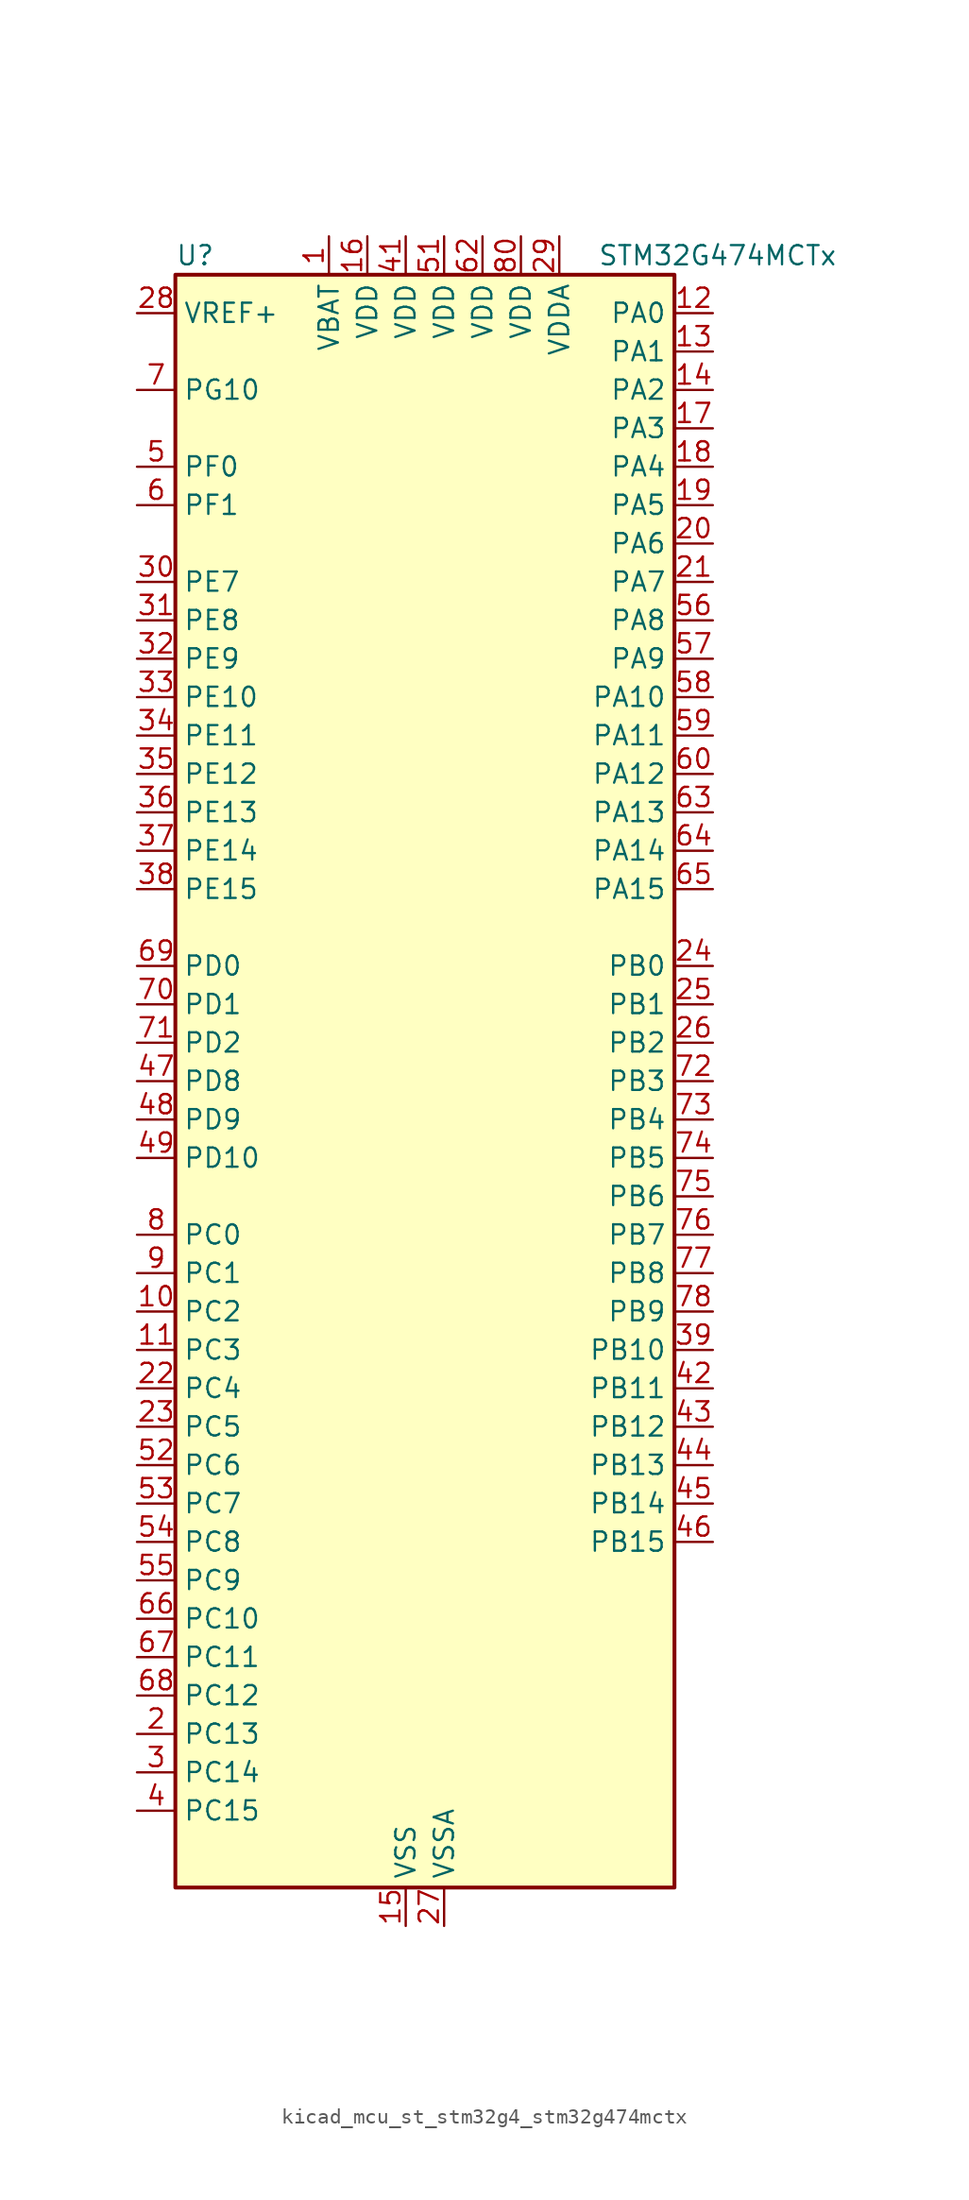
<source format=kicad_sym>
(kicad_symbol_lib
  (version 20220914)
  (generator kicad_symbol_editor)
  (symbol "kicad_mcu_st_stm32g4_stm32g474mctx"
    (property "Reference" "U"
      (at -15.24 54.61 0)
      (effects (font (size 1.27 1.27)) (justify left)))
    (property "Value" "STM32G474MCTx"
      (at 12.7 54.61 0)
      (effects (font (size 1.27 1.27)) (justify left)))
    (property "ki_locked" ""
      (at 0 0 0)
      (effects (font (size 1.27 1.27))))
    (symbol "kicad_mcu_st_stm32g4_stm32g474mctx_0_1"
      (rectangle (start -15.24 -53.34) (end 17.78 53.34) (stroke (width 0.254) (type default)) (fill (type background))))
    (symbol "kicad_mcu_st_stm32g4_stm32g474mctx_1_1"
      (pin power_in line (at -5.08 55.88 270) (length 2.54) (name "VBAT" (effects (font (size 1.27 1.27)))) (number "1" (effects (font (size 1.27 1.27)))))
      (pin bidirectional line (at -17.78 -15.24 0) (length 2.54) (name "PC2" (effects (font (size 1.27 1.27)))) (number "10" (effects (font (size 1.27 1.27)))) (alternate "ADC1_IN8" bidirectional line) (alternate "ADC2_IN8" bidirectional line) (alternate "ADC3_EXTI2" bidirectional line) (alternate "ADC4_EXTI2" bidirectional line) (alternate "ADC5_EXTI2" bidirectional line) (alternate "COMP3_OUT" bidirectional line) (alternate "LPTIM1_IN2" bidirectional line) (alternate "QUADSPI1_BK2_IO1" bidirectional line) (alternate "TIM1_CH3" bidirectional line) (alternate "TIM20_CH2" bidirectional line))
      (pin bidirectional line (at -17.78 -17.78 0) (length 2.54) (name "PC3" (effects (font (size 1.27 1.27)))) (number "11" (effects (font (size 1.27 1.27)))) (alternate "ADC1_IN9" bidirectional line) (alternate "ADC2_IN9" bidirectional line) (alternate "ADC3_EXTI3" bidirectional line) (alternate "ADC4_EXTI3" bidirectional line) (alternate "ADC5_EXTI3" bidirectional line) (alternate "LPTIM1_ETR" bidirectional line) (alternate "OPAMP5_VINP" bidirectional line) (alternate "OPAMP5_VINP_SEC" bidirectional line) (alternate "QUADSPI1_BK2_IO2" bidirectional line) (alternate "SAI1_D1" bidirectional line) (alternate "SAI1_SD_A" bidirectional line) (alternate "TIM1_BKIN2" bidirectional line) (alternate "TIM1_CH4" bidirectional line))
      (pin bidirectional line (at 20.32 50.8 180) (length 2.54) (name "PA0" (effects (font (size 1.27 1.27)))) (number "12" (effects (font (size 1.27 1.27)))) (alternate "ADC1_IN1" bidirectional line) (alternate "ADC2_IN1" bidirectional line) (alternate "COMP1_INM" bidirectional line) (alternate "COMP1_OUT" bidirectional line) (alternate "COMP3_INP" bidirectional line) (alternate "RTC_TAMP2" bidirectional line) (alternate "SYS_WKUP1" bidirectional line) (alternate "TIM2_CH1" bidirectional line) (alternate "TIM2_ETR" bidirectional line) (alternate "TIM5_CH1" bidirectional line) (alternate "TIM8_BKIN" bidirectional line) (alternate "TIM8_ETR" bidirectional line) (alternate "USART2_CTS" bidirectional line) (alternate "USART2_NSS" bidirectional line))
      (pin bidirectional line (at 20.32 48.26 180) (length 2.54) (name "PA1" (effects (font (size 1.27 1.27)))) (number "13" (effects (font (size 1.27 1.27)))) (alternate "ADC1_IN2" bidirectional line) (alternate "ADC2_IN2" bidirectional line) (alternate "COMP1_INP" bidirectional line) (alternate "OPAMP1_VINP" bidirectional line) (alternate "OPAMP1_VINP_SEC" bidirectional line) (alternate "OPAMP3_VINP" bidirectional line) (alternate "OPAMP3_VINP_SEC" bidirectional line) (alternate "OPAMP6_VINM" bidirectional line) (alternate "OPAMP6_VINM0" bidirectional line) (alternate "OPAMP6_VINM_SEC" bidirectional line) (alternate "RTC_REFIN" bidirectional line) (alternate "TIM15_CH1N" bidirectional line) (alternate "TIM2_CH2" bidirectional line) (alternate "TIM5_CH2" bidirectional line) (alternate "USART2_DE" bidirectional line) (alternate "USART2_RTS" bidirectional line))
      (pin bidirectional line (at 20.32 45.72 180) (length 2.54) (name "PA2" (effects (font (size 1.27 1.27)))) (number "14" (effects (font (size 1.27 1.27)))) (alternate "ADC1_IN3" bidirectional line) (alternate "ADC3_EXTI2" bidirectional line) (alternate "ADC4_EXTI2" bidirectional line) (alternate "ADC5_EXTI2" bidirectional line) (alternate "COMP2_INM" bidirectional line) (alternate "COMP2_OUT" bidirectional line) (alternate "LPUART1_TX" bidirectional line) (alternate "OPAMP1_VOUT" bidirectional line) (alternate "QUADSPI1_BK1_NCS" bidirectional line) (alternate "RCC_LSCO" bidirectional line) (alternate "SYS_WKUP4" bidirectional line) (alternate "TIM15_CH1" bidirectional line) (alternate "TIM2_CH3" bidirectional line) (alternate "TIM5_CH3" bidirectional line) (alternate "UCPD1_FRSTX1" bidirectional line) (alternate "UCPD1_FRSTX2" bidirectional line) (alternate "USART2_TX" bidirectional line))
      (pin power_in line (at 0 -55.88 90) (length 2.54) (name "VSS" (effects (font (size 1.27 1.27)))) (number "15" (effects (font (size 1.27 1.27)))))
      (pin power_in line (at -2.54 55.88 270) (length 2.54) (name "VDD" (effects (font (size 1.27 1.27)))) (number "16" (effects (font (size 1.27 1.27)))))
      (pin bidirectional line (at 20.32 43.18 180) (length 2.54) (name "PA3" (effects (font (size 1.27 1.27)))) (number "17" (effects (font (size 1.27 1.27)))) (alternate "ADC1_IN4" bidirectional line) (alternate "ADC3_EXTI3" bidirectional line) (alternate "ADC4_EXTI3" bidirectional line) (alternate "ADC5_EXTI3" bidirectional line) (alternate "COMP2_INP" bidirectional line) (alternate "LPUART1_RX" bidirectional line) (alternate "OPAMP1_VINM" bidirectional line) (alternate "OPAMP1_VINM0" bidirectional line) (alternate "OPAMP1_VINM_SEC" bidirectional line) (alternate "OPAMP1_VINP" bidirectional line) (alternate "OPAMP1_VINP_SEC" bidirectional line) (alternate "OPAMP5_VINM" bidirectional line) (alternate "OPAMP5_VINM1" bidirectional line) (alternate "OPAMP5_VINM_SEC" bidirectional line) (alternate "QUADSPI1_CLK" bidirectional line) (alternate "SAI1_CK1" bidirectional line) (alternate "SAI1_MCLK_A" bidirectional line) (alternate "TIM15_CH2" bidirectional line) (alternate "TIM2_CH4" bidirectional line) (alternate "TIM5_CH4" bidirectional line) (alternate "USART2_RX" bidirectional line))
      (pin bidirectional line (at 20.32 40.64 180) (length 2.54) (name "PA4" (effects (font (size 1.27 1.27)))) (number "18" (effects (font (size 1.27 1.27)))) (alternate "ADC2_IN17" bidirectional line) (alternate "COMP1_INM" bidirectional line) (alternate "DAC1_OUT1" bidirectional line) (alternate "I2S3_WS" bidirectional line) (alternate "SAI1_FS_B" bidirectional line) (alternate "SPI1_NSS" bidirectional line) (alternate "SPI3_NSS" bidirectional line) (alternate "TIM3_CH2" bidirectional line) (alternate "USART2_CK" bidirectional line))
      (pin bidirectional line (at 20.32 38.1 180) (length 2.54) (name "PA5" (effects (font (size 1.27 1.27)))) (number "19" (effects (font (size 1.27 1.27)))) (alternate "ADC2_IN13" bidirectional line) (alternate "COMP2_INM" bidirectional line) (alternate "DAC1_OUT2" bidirectional line) (alternate "OPAMP2_VINM" bidirectional line) (alternate "OPAMP2_VINM0" bidirectional line) (alternate "OPAMP2_VINM_SEC" bidirectional line) (alternate "SPI1_SCK" bidirectional line) (alternate "TIM2_CH1" bidirectional line) (alternate "TIM2_ETR" bidirectional line) (alternate "UCPD1_FRSTX1" bidirectional line) (alternate "UCPD1_FRSTX2" bidirectional line))
      (pin bidirectional line (at -17.78 -43.18 0) (length 2.54) (name "PC13" (effects (font (size 1.27 1.27)))) (number "2" (effects (font (size 1.27 1.27)))) (alternate "RTC_OUT1" bidirectional line) (alternate "RTC_TAMP1" bidirectional line) (alternate "RTC_TS" bidirectional line) (alternate "SYS_WKUP2" bidirectional line) (alternate "TIM1_BKIN" bidirectional line) (alternate "TIM1_CH1N" bidirectional line) (alternate "TIM8_CH4N" bidirectional line))
      (pin bidirectional line (at 20.32 35.56 180) (length 2.54) (name "PA6" (effects (font (size 1.27 1.27)))) (number "20" (effects (font (size 1.27 1.27)))) (alternate "ADC2_IN3" bidirectional line) (alternate "COMP1_OUT" bidirectional line) (alternate "DAC2_OUT1" bidirectional line) (alternate "LPUART1_CTS" bidirectional line) (alternate "OPAMP2_VOUT" bidirectional line) (alternate "QUADSPI1_BK1_IO3" bidirectional line) (alternate "SPI1_MISO" bidirectional line) (alternate "TIM16_CH1" bidirectional line) (alternate "TIM1_BKIN" bidirectional line) (alternate "TIM3_CH1" bidirectional line) (alternate "TIM8_BKIN" bidirectional line))
      (pin bidirectional line (at 20.32 33.02 180) (length 2.54) (name "PA7" (effects (font (size 1.27 1.27)))) (number "21" (effects (font (size 1.27 1.27)))) (alternate "ADC2_IN4" bidirectional line) (alternate "COMP2_INP" bidirectional line) (alternate "COMP2_OUT" bidirectional line) (alternate "OPAMP1_VINP" bidirectional line) (alternate "OPAMP1_VINP_SEC" bidirectional line) (alternate "OPAMP2_VINP" bidirectional line) (alternate "OPAMP2_VINP_SEC" bidirectional line) (alternate "QUADSPI1_BK1_IO2" bidirectional line) (alternate "SPI1_MOSI" bidirectional line) (alternate "TIM17_CH1" bidirectional line) (alternate "TIM1_CH1N" bidirectional line) (alternate "TIM3_CH2" bidirectional line) (alternate "TIM8_CH1N" bidirectional line) (alternate "UCPD1_FRSTX1" bidirectional line) (alternate "UCPD1_FRSTX2" bidirectional line))
      (pin bidirectional line (at -17.78 -20.32 0) (length 2.54) (name "PC4" (effects (font (size 1.27 1.27)))) (number "22" (effects (font (size 1.27 1.27)))) (alternate "ADC2_IN5" bidirectional line) (alternate "I2C2_SCL" bidirectional line) (alternate "QUADSPI1_BK2_IO3" bidirectional line) (alternate "TIM1_ETR" bidirectional line) (alternate "USART1_TX" bidirectional line))
      (pin bidirectional line (at -17.78 -22.86 0) (length 2.54) (name "PC5" (effects (font (size 1.27 1.27)))) (number "23" (effects (font (size 1.27 1.27)))) (alternate "ADC2_IN11" bidirectional line) (alternate "HRTIM1_EEV10" bidirectional line) (alternate "OPAMP1_VINM" bidirectional line) (alternate "OPAMP1_VINM1" bidirectional line) (alternate "OPAMP1_VINM_SEC" bidirectional line) (alternate "OPAMP2_VINM" bidirectional line) (alternate "OPAMP2_VINM1" bidirectional line) (alternate "OPAMP2_VINM_SEC" bidirectional line) (alternate "SAI1_D3" bidirectional line) (alternate "SYS_WKUP5" bidirectional line) (alternate "TIM15_BKIN" bidirectional line) (alternate "TIM1_CH4N" bidirectional line) (alternate "USART1_RX" bidirectional line))
      (pin bidirectional line (at 20.32 7.62 180) (length 2.54) (name "PB0" (effects (font (size 1.27 1.27)))) (number "24" (effects (font (size 1.27 1.27)))) (alternate "ADC1_IN15" bidirectional line) (alternate "ADC3_IN12" bidirectional line) (alternate "COMP4_INP" bidirectional line) (alternate "HRTIM1_FLT5" bidirectional line) (alternate "OPAMP2_VINP" bidirectional line) (alternate "OPAMP2_VINP_SEC" bidirectional line) (alternate "OPAMP3_VINP" bidirectional line) (alternate "OPAMP3_VINP_SEC" bidirectional line) (alternate "QUADSPI1_BK1_IO1" bidirectional line) (alternate "TIM1_CH2N" bidirectional line) (alternate "TIM3_CH3" bidirectional line) (alternate "TIM8_CH2N" bidirectional line) (alternate "UCPD1_FRSTX1" bidirectional line) (alternate "UCPD1_FRSTX2" bidirectional line))
      (pin bidirectional line (at 20.32 5.08 180) (length 2.54) (name "PB1" (effects (font (size 1.27 1.27)))) (number "25" (effects (font (size 1.27 1.27)))) (alternate "ADC1_IN12" bidirectional line) (alternate "ADC3_IN1" bidirectional line) (alternate "COMP1_INP" bidirectional line) (alternate "COMP4_OUT" bidirectional line) (alternate "HRTIM1_SCOUT" bidirectional line) (alternate "LPUART1_DE" bidirectional line) (alternate "LPUART1_RTS" bidirectional line) (alternate "OPAMP3_VOUT" bidirectional line) (alternate "OPAMP6_VINM" bidirectional line) (alternate "OPAMP6_VINM1" bidirectional line) (alternate "OPAMP6_VINM_SEC" bidirectional line) (alternate "QUADSPI1_BK1_IO0" bidirectional line) (alternate "TIM1_CH3N" bidirectional line) (alternate "TIM3_CH4" bidirectional line) (alternate "TIM8_CH3N" bidirectional line))
      (pin bidirectional line (at 20.32 2.54 180) (length 2.54) (name "PB2" (effects (font (size 1.27 1.27)))) (number "26" (effects (font (size 1.27 1.27)))) (alternate "ADC2_IN12" bidirectional line) (alternate "ADC3_EXTI2" bidirectional line) (alternate "ADC4_EXTI2" bidirectional line) (alternate "ADC5_EXTI2" bidirectional line) (alternate "COMP4_INM" bidirectional line) (alternate "HRTIM1_SCIN" bidirectional line) (alternate "I2C3_SMBA" bidirectional line) (alternate "LPTIM1_OUT" bidirectional line) (alternate "OPAMP3_VINM" bidirectional line) (alternate "OPAMP3_VINM0" bidirectional line) (alternate "OPAMP3_VINM_SEC" bidirectional line) (alternate "QUADSPI1_BK2_IO1" bidirectional line) (alternate "RTC_OUT2" bidirectional line) (alternate "TIM20_CH1" bidirectional line) (alternate "TIM5_CH1" bidirectional line))
      (pin power_in line (at 2.54 -55.88 90) (length 2.54) (name "VSSA" (effects (font (size 1.27 1.27)))) (number "27" (effects (font (size 1.27 1.27)))))
      (pin input line (at -17.78 50.8 0) (length 2.54) (name "VREF+" (effects (font (size 1.27 1.27)))) (number "28" (effects (font (size 1.27 1.27)))) (alternate "VREFBUF_OUT" bidirectional line))
      (pin power_in line (at 10.16 55.88 270) (length 2.54) (name "VDDA" (effects (font (size 1.27 1.27)))) (number "29" (effects (font (size 1.27 1.27)))))
      (pin bidirectional line (at -17.78 -45.72 0) (length 2.54) (name "PC14" (effects (font (size 1.27 1.27)))) (number "3" (effects (font (size 1.27 1.27)))) (alternate "RCC_OSC32_IN" bidirectional line))
      (pin bidirectional line (at -17.78 33.02 0) (length 2.54) (name "PE7" (effects (font (size 1.27 1.27)))) (number "30" (effects (font (size 1.27 1.27)))) (alternate "ADC3_IN4" bidirectional line) (alternate "COMP4_INP" bidirectional line) (alternate "SAI1_SD_B" bidirectional line) (alternate "TIM1_ETR" bidirectional line))
      (pin bidirectional line (at -17.78 30.48 0) (length 2.54) (name "PE8" (effects (font (size 1.27 1.27)))) (number "31" (effects (font (size 1.27 1.27)))) (alternate "ADC3_IN6" bidirectional line) (alternate "ADC4_IN6" bidirectional line) (alternate "ADC5_IN6" bidirectional line) (alternate "COMP4_INM" bidirectional line) (alternate "SAI1_SCK_B" bidirectional line) (alternate "TIM1_CH1N" bidirectional line) (alternate "TIM5_CH3" bidirectional line))
      (pin bidirectional line (at -17.78 27.94 0) (length 2.54) (name "PE9" (effects (font (size 1.27 1.27)))) (number "32" (effects (font (size 1.27 1.27)))) (alternate "ADC3_IN2" bidirectional line) (alternate "DAC1_EXTI9" bidirectional line) (alternate "DAC2_EXTI9" bidirectional line) (alternate "DAC3_EXTI9" bidirectional line) (alternate "DAC4_EXTI9" bidirectional line) (alternate "SAI1_FS_B" bidirectional line) (alternate "TIM1_CH1" bidirectional line) (alternate "TIM5_CH4" bidirectional line))
      (pin bidirectional line (at -17.78 25.4 0) (length 2.54) (name "PE10" (effects (font (size 1.27 1.27)))) (number "33" (effects (font (size 1.27 1.27)))) (alternate "ADC3_IN14" bidirectional line) (alternate "ADC4_IN14" bidirectional line) (alternate "ADC5_IN14" bidirectional line) (alternate "DAC1_EXTI10" bidirectional line) (alternate "DAC2_EXTI10" bidirectional line) (alternate "DAC3_EXTI10" bidirectional line) (alternate "DAC4_EXTI10" bidirectional line) (alternate "QUADSPI1_CLK" bidirectional line) (alternate "SAI1_MCLK_B" bidirectional line) (alternate "TIM1_CH2N" bidirectional line))
      (pin bidirectional line (at -17.78 22.86 0) (length 2.54) (name "PE11" (effects (font (size 1.27 1.27)))) (number "34" (effects (font (size 1.27 1.27)))) (alternate "ADC1_EXTI11" bidirectional line) (alternate "ADC2_EXTI11" bidirectional line) (alternate "ADC3_IN15" bidirectional line) (alternate "ADC4_IN15" bidirectional line) (alternate "ADC5_IN15" bidirectional line) (alternate "QUADSPI1_BK1_NCS" bidirectional line) (alternate "SPI4_NSS" bidirectional line) (alternate "TIM1_CH2" bidirectional line))
      (pin bidirectional line (at -17.78 20.32 0) (length 2.54) (name "PE12" (effects (font (size 1.27 1.27)))) (number "35" (effects (font (size 1.27 1.27)))) (alternate "ADC3_IN16" bidirectional line) (alternate "ADC4_IN16" bidirectional line) (alternate "ADC5_IN16" bidirectional line) (alternate "QUADSPI1_BK1_IO0" bidirectional line) (alternate "SPI4_SCK" bidirectional line) (alternate "TIM1_CH3N" bidirectional line))
      (pin bidirectional line (at -17.78 17.78 0) (length 2.54) (name "PE13" (effects (font (size 1.27 1.27)))) (number "36" (effects (font (size 1.27 1.27)))) (alternate "ADC3_IN3" bidirectional line) (alternate "QUADSPI1_BK1_IO1" bidirectional line) (alternate "SPI4_MISO" bidirectional line) (alternate "TIM1_CH3" bidirectional line))
      (pin bidirectional line (at -17.78 15.24 0) (length 2.54) (name "PE14" (effects (font (size 1.27 1.27)))) (number "37" (effects (font (size 1.27 1.27)))) (alternate "ADC4_IN1" bidirectional line) (alternate "QUADSPI1_BK1_IO2" bidirectional line) (alternate "SPI4_MOSI" bidirectional line) (alternate "TIM1_BKIN2" bidirectional line) (alternate "TIM1_CH4" bidirectional line))
      (pin bidirectional line (at -17.78 12.7 0) (length 2.54) (name "PE15" (effects (font (size 1.27 1.27)))) (number "38" (effects (font (size 1.27 1.27)))) (alternate "ADC1_EXTI15" bidirectional line) (alternate "ADC2_EXTI15" bidirectional line) (alternate "ADC4_IN2" bidirectional line) (alternate "QUADSPI1_BK1_IO3" bidirectional line) (alternate "TIM1_BKIN" bidirectional line) (alternate "TIM1_CH4N" bidirectional line) (alternate "USART3_RX" bidirectional line))
      (pin bidirectional line (at 20.32 -17.78 180) (length 2.54) (name "PB10" (effects (font (size 1.27 1.27)))) (number "39" (effects (font (size 1.27 1.27)))) (alternate "COMP5_INM" bidirectional line) (alternate "DAC1_EXTI10" bidirectional line) (alternate "DAC2_EXTI10" bidirectional line) (alternate "DAC3_EXTI10" bidirectional line) (alternate "DAC4_EXTI10" bidirectional line) (alternate "HRTIM1_FLT3" bidirectional line) (alternate "LPUART1_RX" bidirectional line) (alternate "OPAMP3_VINM" bidirectional line) (alternate "OPAMP3_VINM1" bidirectional line) (alternate "OPAMP3_VINM_SEC" bidirectional line) (alternate "OPAMP4_VINM" bidirectional line) (alternate "OPAMP4_VINM0" bidirectional line) (alternate "OPAMP4_VINM_SEC" bidirectional line) (alternate "QUADSPI1_CLK" bidirectional line) (alternate "SAI1_SCK_A" bidirectional line) (alternate "TIM1_BKIN" bidirectional line) (alternate "TIM2_CH3" bidirectional line) (alternate "USART3_TX" bidirectional line))
      (pin bidirectional line (at -17.78 -48.26 0) (length 2.54) (name "PC15" (effects (font (size 1.27 1.27)))) (number "4" (effects (font (size 1.27 1.27)))) (alternate "ADC1_EXTI15" bidirectional line) (alternate "ADC2_EXTI15" bidirectional line) (alternate "RCC_OSC32_OUT" bidirectional line))
      (pin passive line (at 0 -55.88 90) (length 2.54) hide (name "VSS" (effects (font (size 1.27 1.27)))) (number "40" (effects (font (size 1.27 1.27)))))
      (pin power_in line (at 0 55.88 270) (length 2.54) (name "VDD" (effects (font (size 1.27 1.27)))) (number "41" (effects (font (size 1.27 1.27)))))
      (pin bidirectional line (at 20.32 -20.32 180) (length 2.54) (name "PB11" (effects (font (size 1.27 1.27)))) (number "42" (effects (font (size 1.27 1.27)))) (alternate "ADC1_EXTI11" bidirectional line) (alternate "ADC1_IN14" bidirectional line) (alternate "ADC2_EXTI11" bidirectional line) (alternate "ADC2_IN14" bidirectional line) (alternate "COMP6_INP" bidirectional line) (alternate "HRTIM1_FLT4" bidirectional line) (alternate "LPUART1_TX" bidirectional line) (alternate "OPAMP4_VINP" bidirectional line) (alternate "OPAMP4_VINP_SEC" bidirectional line) (alternate "OPAMP6_VOUT" bidirectional line) (alternate "QUADSPI1_BK1_NCS" bidirectional line) (alternate "TIM2_CH4" bidirectional line) (alternate "USART3_RX" bidirectional line))
      (pin bidirectional line (at 20.32 -22.86 180) (length 2.54) (name "PB12" (effects (font (size 1.27 1.27)))) (number "43" (effects (font (size 1.27 1.27)))) (alternate "ADC1_IN11" bidirectional line) (alternate "ADC4_IN3" bidirectional line) (alternate "COMP7_INM" bidirectional line) (alternate "FDCAN2_RX" bidirectional line) (alternate "HRTIM1_CHC1" bidirectional line) (alternate "I2C2_SMBA" bidirectional line) (alternate "I2S2_WS" bidirectional line) (alternate "LPUART1_DE" bidirectional line) (alternate "LPUART1_RTS" bidirectional line) (alternate "OPAMP4_VOUT" bidirectional line) (alternate "OPAMP6_VINP" bidirectional line) (alternate "OPAMP6_VINP_SEC" bidirectional line) (alternate "SPI2_NSS" bidirectional line) (alternate "TIM1_BKIN" bidirectional line) (alternate "TIM5_ETR" bidirectional line) (alternate "USART3_CK" bidirectional line))
      (pin bidirectional line (at 20.32 -25.4 180) (length 2.54) (name "PB13" (effects (font (size 1.27 1.27)))) (number "44" (effects (font (size 1.27 1.27)))) (alternate "ADC3_IN5" bidirectional line) (alternate "COMP5_INP" bidirectional line) (alternate "FDCAN2_TX" bidirectional line) (alternate "HRTIM1_CHC2" bidirectional line) (alternate "I2S2_CK" bidirectional line) (alternate "LPUART1_CTS" bidirectional line) (alternate "OPAMP3_VINP" bidirectional line) (alternate "OPAMP3_VINP_SEC" bidirectional line) (alternate "OPAMP4_VINP" bidirectional line) (alternate "OPAMP4_VINP_SEC" bidirectional line) (alternate "OPAMP6_VINP" bidirectional line) (alternate "OPAMP6_VINP_SEC" bidirectional line) (alternate "SPI2_SCK" bidirectional line) (alternate "TIM1_CH1N" bidirectional line) (alternate "USART3_CTS" bidirectional line) (alternate "USART3_NSS" bidirectional line))
      (pin bidirectional line (at 20.32 -27.94 180) (length 2.54) (name "PB14" (effects (font (size 1.27 1.27)))) (number "45" (effects (font (size 1.27 1.27)))) (alternate "ADC1_IN5" bidirectional line) (alternate "ADC4_IN4" bidirectional line) (alternate "COMP4_OUT" bidirectional line) (alternate "COMP7_INP" bidirectional line) (alternate "HRTIM1_CHD1" bidirectional line) (alternate "OPAMP2_VINP" bidirectional line) (alternate "OPAMP2_VINP_SEC" bidirectional line) (alternate "OPAMP5_VINP" bidirectional line) (alternate "OPAMP5_VINP_SEC" bidirectional line) (alternate "SPI2_MISO" bidirectional line) (alternate "TIM15_CH1" bidirectional line) (alternate "TIM1_CH2N" bidirectional line) (alternate "USART3_DE" bidirectional line) (alternate "USART3_RTS" bidirectional line))
      (pin bidirectional line (at 20.32 -30.48 180) (length 2.54) (name "PB15" (effects (font (size 1.27 1.27)))) (number "46" (effects (font (size 1.27 1.27)))) (alternate "ADC1_EXTI15" bidirectional line) (alternate "ADC2_EXTI15" bidirectional line) (alternate "ADC2_IN15" bidirectional line) (alternate "ADC4_IN5" bidirectional line) (alternate "COMP3_OUT" bidirectional line) (alternate "COMP6_INM" bidirectional line) (alternate "HRTIM1_CHD2" bidirectional line) (alternate "I2S2_SD" bidirectional line) (alternate "OPAMP5_VINM" bidirectional line) (alternate "OPAMP5_VINM0" bidirectional line) (alternate "OPAMP5_VINM_SEC" bidirectional line) (alternate "RTC_REFIN" bidirectional line) (alternate "SPI2_MOSI" bidirectional line) (alternate "TIM15_CH1N" bidirectional line) (alternate "TIM15_CH2" bidirectional line) (alternate "TIM1_CH3N" bidirectional line))
      (pin bidirectional line (at -17.78 0 0) (length 2.54) (name "PD8" (effects (font (size 1.27 1.27)))) (number "47" (effects (font (size 1.27 1.27)))) (alternate "ADC4_IN12" bidirectional line) (alternate "ADC5_IN12" bidirectional line) (alternate "OPAMP4_VINM" bidirectional line) (alternate "OPAMP4_VINM1" bidirectional line) (alternate "OPAMP4_VINM_SEC" bidirectional line) (alternate "USART3_TX" bidirectional line))
      (pin bidirectional line (at -17.78 -2.54 0) (length 2.54) (name "PD9" (effects (font (size 1.27 1.27)))) (number "48" (effects (font (size 1.27 1.27)))) (alternate "ADC4_IN13" bidirectional line) (alternate "ADC5_IN13" bidirectional line) (alternate "DAC1_EXTI9" bidirectional line) (alternate "DAC2_EXTI9" bidirectional line) (alternate "DAC3_EXTI9" bidirectional line) (alternate "DAC4_EXTI9" bidirectional line) (alternate "OPAMP6_VINP" bidirectional line) (alternate "OPAMP6_VINP_SEC" bidirectional line) (alternate "USART3_RX" bidirectional line))
      (pin bidirectional line (at -17.78 -5.08 0) (length 2.54) (name "PD10" (effects (font (size 1.27 1.27)))) (number "49" (effects (font (size 1.27 1.27)))) (alternate "ADC3_IN7" bidirectional line) (alternate "ADC4_IN7" bidirectional line) (alternate "ADC5_IN7" bidirectional line) (alternate "COMP6_INM" bidirectional line) (alternate "DAC1_EXTI10" bidirectional line) (alternate "DAC2_EXTI10" bidirectional line) (alternate "DAC3_EXTI10" bidirectional line) (alternate "DAC4_EXTI10" bidirectional line) (alternate "USART3_CK" bidirectional line))
      (pin bidirectional line (at -17.78 40.64 0) (length 2.54) (name "PF0" (effects (font (size 1.27 1.27)))) (number "5" (effects (font (size 1.27 1.27)))) (alternate "ADC1_IN10" bidirectional line) (alternate "I2C2_SDA" bidirectional line) (alternate "I2S2_WS" bidirectional line) (alternate "RCC_OSC_IN" bidirectional line) (alternate "SPI2_NSS" bidirectional line) (alternate "TIM1_CH3N" bidirectional line))
      (pin passive line (at 0 -55.88 90) (length 2.54) hide (name "VSS" (effects (font (size 1.27 1.27)))) (number "50" (effects (font (size 1.27 1.27)))))
      (pin power_in line (at 2.54 55.88 270) (length 2.54) (name "VDD" (effects (font (size 1.27 1.27)))) (number "51" (effects (font (size 1.27 1.27)))))
      (pin bidirectional line (at -17.78 -25.4 0) (length 2.54) (name "PC6" (effects (font (size 1.27 1.27)))) (number "52" (effects (font (size 1.27 1.27)))) (alternate "COMP6_OUT" bidirectional line) (alternate "HRTIM1_CHF1" bidirectional line) (alternate "HRTIM1_EEV10" bidirectional line) (alternate "I2C4_SCL" bidirectional line) (alternate "I2S2_MCK" bidirectional line) (alternate "TIM3_CH1" bidirectional line) (alternate "TIM8_CH1" bidirectional line))
      (pin bidirectional line (at -17.78 -27.94 0) (length 2.54) (name "PC7" (effects (font (size 1.27 1.27)))) (number "53" (effects (font (size 1.27 1.27)))) (alternate "COMP5_OUT" bidirectional line) (alternate "HRTIM1_CHF2" bidirectional line) (alternate "HRTIM1_FLT5" bidirectional line) (alternate "I2C4_SDA" bidirectional line) (alternate "I2S3_MCK" bidirectional line) (alternate "TIM3_CH2" bidirectional line) (alternate "TIM8_CH2" bidirectional line))
      (pin bidirectional line (at -17.78 -30.48 0) (length 2.54) (name "PC8" (effects (font (size 1.27 1.27)))) (number "54" (effects (font (size 1.27 1.27)))) (alternate "COMP7_OUT" bidirectional line) (alternate "HRTIM1_CHE1" bidirectional line) (alternate "I2C3_SCL" bidirectional line) (alternate "TIM20_CH3" bidirectional line) (alternate "TIM3_CH3" bidirectional line) (alternate "TIM8_CH3" bidirectional line))
      (pin bidirectional line (at -17.78 -33.02 0) (length 2.54) (name "PC9" (effects (font (size 1.27 1.27)))) (number "55" (effects (font (size 1.27 1.27)))) (alternate "DAC1_EXTI9" bidirectional line) (alternate "DAC2_EXTI9" bidirectional line) (alternate "DAC3_EXTI9" bidirectional line) (alternate "DAC4_EXTI9" bidirectional line) (alternate "HRTIM1_CHE2" bidirectional line) (alternate "I2C3_SDA" bidirectional line) (alternate "I2S_CKIN" bidirectional line) (alternate "TIM3_CH4" bidirectional line) (alternate "TIM8_BKIN2" bidirectional line) (alternate "TIM8_CH4" bidirectional line))
      (pin bidirectional line (at 20.32 30.48 180) (length 2.54) (name "PA8" (effects (font (size 1.27 1.27)))) (number "56" (effects (font (size 1.27 1.27)))) (alternate "ADC5_IN1" bidirectional line) (alternate "COMP7_OUT" bidirectional line) (alternate "FDCAN3_RX" bidirectional line) (alternate "HRTIM1_CHA1" bidirectional line) (alternate "I2C2_SDA" bidirectional line) (alternate "I2C3_SCL" bidirectional line) (alternate "I2S2_MCK" bidirectional line) (alternate "OPAMP5_VOUT" bidirectional line) (alternate "RCC_MCO" bidirectional line) (alternate "SAI1_CK2" bidirectional line) (alternate "SAI1_SCK_A" bidirectional line) (alternate "TIM1_CH1" bidirectional line) (alternate "TIM4_ETR" bidirectional line) (alternate "USART1_CK" bidirectional line))
      (pin bidirectional line (at 20.32 27.94 180) (length 2.54) (name "PA9" (effects (font (size 1.27 1.27)))) (number "57" (effects (font (size 1.27 1.27)))) (alternate "ADC5_IN2" bidirectional line) (alternate "COMP5_OUT" bidirectional line) (alternate "DAC1_EXTI9" bidirectional line) (alternate "DAC2_EXTI9" bidirectional line) (alternate "DAC3_EXTI9" bidirectional line) (alternate "DAC4_EXTI9" bidirectional line) (alternate "HRTIM1_CHA2" bidirectional line) (alternate "I2C2_SCL" bidirectional line) (alternate "I2C3_SMBA" bidirectional line) (alternate "I2S3_MCK" bidirectional line) (alternate "SAI1_FS_A" bidirectional line) (alternate "TIM15_BKIN" bidirectional line) (alternate "TIM1_CH2" bidirectional line) (alternate "TIM2_CH3" bidirectional line) (alternate "UCPD1_DBCC1" bidirectional line) (alternate "USART1_TX" bidirectional line))
      (pin bidirectional line (at 20.32 25.4 180) (length 2.54) (name "PA10" (effects (font (size 1.27 1.27)))) (number "58" (effects (font (size 1.27 1.27)))) (alternate "COMP6_OUT" bidirectional line) (alternate "CRS_SYNC" bidirectional line) (alternate "DAC1_EXTI10" bidirectional line) (alternate "DAC2_EXTI10" bidirectional line) (alternate "DAC3_EXTI10" bidirectional line) (alternate "DAC4_EXTI10" bidirectional line) (alternate "HRTIM1_CHB1" bidirectional line) (alternate "I2C2_SMBA" bidirectional line) (alternate "SAI1_D1" bidirectional line) (alternate "SAI1_SD_A" bidirectional line) (alternate "SPI2_MISO" bidirectional line) (alternate "TIM17_BKIN" bidirectional line) (alternate "TIM1_CH3" bidirectional line) (alternate "TIM2_CH4" bidirectional line) (alternate "TIM8_BKIN" bidirectional line) (alternate "UCPD1_DBCC2" bidirectional line) (alternate "USART1_RX" bidirectional line))
      (pin bidirectional line (at 20.32 22.86 180) (length 2.54) (name "PA11" (effects (font (size 1.27 1.27)))) (number "59" (effects (font (size 1.27 1.27)))) (alternate "ADC1_EXTI11" bidirectional line) (alternate "ADC2_EXTI11" bidirectional line) (alternate "COMP1_OUT" bidirectional line) (alternate "FDCAN1_RX" bidirectional line) (alternate "HRTIM1_CHB2" bidirectional line) (alternate "I2S2_SD" bidirectional line) (alternate "SPI2_MOSI" bidirectional line) (alternate "TIM1_BKIN2" bidirectional line) (alternate "TIM1_CH1N" bidirectional line) (alternate "TIM1_CH4" bidirectional line) (alternate "TIM4_CH1" bidirectional line) (alternate "USART1_CTS" bidirectional line) (alternate "USART1_NSS" bidirectional line) (alternate "USB_DM" bidirectional line))
      (pin bidirectional line (at -17.78 38.1 0) (length 2.54) (name "PF1" (effects (font (size 1.27 1.27)))) (number "6" (effects (font (size 1.27 1.27)))) (alternate "ADC2_IN10" bidirectional line) (alternate "COMP3_INM" bidirectional line) (alternate "I2S2_CK" bidirectional line) (alternate "RCC_OSC_OUT" bidirectional line) (alternate "SPI2_SCK" bidirectional line))
      (pin bidirectional line (at 20.32 20.32 180) (length 2.54) (name "PA12" (effects (font (size 1.27 1.27)))) (number "60" (effects (font (size 1.27 1.27)))) (alternate "COMP2_OUT" bidirectional line) (alternate "FDCAN1_TX" bidirectional line) (alternate "HRTIM1_FLT1" bidirectional line) (alternate "I2S_CKIN" bidirectional line) (alternate "TIM16_CH1" bidirectional line) (alternate "TIM1_CH2N" bidirectional line) (alternate "TIM1_ETR" bidirectional line) (alternate "TIM4_CH2" bidirectional line) (alternate "USART1_DE" bidirectional line) (alternate "USART1_RTS" bidirectional line) (alternate "USB_DP" bidirectional line))
      (pin passive line (at 0 -55.88 90) (length 2.54) hide (name "VSS" (effects (font (size 1.27 1.27)))) (number "61" (effects (font (size 1.27 1.27)))))
      (pin power_in line (at 5.08 55.88 270) (length 2.54) (name "VDD" (effects (font (size 1.27 1.27)))) (number "62" (effects (font (size 1.27 1.27)))))
      (pin bidirectional line (at 20.32 17.78 180) (length 2.54) (name "PA13" (effects (font (size 1.27 1.27)))) (number "63" (effects (font (size 1.27 1.27)))) (alternate "I2C1_SCL" bidirectional line) (alternate "I2C4_SCL" bidirectional line) (alternate "IR_OUT" bidirectional line) (alternate "SAI1_SD_B" bidirectional line) (alternate "SYS_JTMS-SWDIO" bidirectional line) (alternate "TIM16_CH1N" bidirectional line) (alternate "TIM4_CH3" bidirectional line) (alternate "USART3_CTS" bidirectional line) (alternate "USART3_NSS" bidirectional line))
      (pin bidirectional line (at 20.32 15.24 180) (length 2.54) (name "PA14" (effects (font (size 1.27 1.27)))) (number "64" (effects (font (size 1.27 1.27)))) (alternate "I2C1_SDA" bidirectional line) (alternate "I2C4_SMBA" bidirectional line) (alternate "LPTIM1_OUT" bidirectional line) (alternate "SAI1_FS_B" bidirectional line) (alternate "SYS_JTCK-SWCLK" bidirectional line) (alternate "TIM1_BKIN" bidirectional line) (alternate "TIM8_CH2" bidirectional line) (alternate "USART2_TX" bidirectional line))
      (pin bidirectional line (at 20.32 12.7 180) (length 2.54) (name "PA15" (effects (font (size 1.27 1.27)))) (number "65" (effects (font (size 1.27 1.27)))) (alternate "ADC1_EXTI15" bidirectional line) (alternate "ADC2_EXTI15" bidirectional line) (alternate "FDCAN3_TX" bidirectional line) (alternate "HRTIM1_FLT2" bidirectional line) (alternate "I2C1_SCL" bidirectional line) (alternate "I2S3_WS" bidirectional line) (alternate "SPI1_NSS" bidirectional line) (alternate "SPI3_NSS" bidirectional line) (alternate "SYS_JTDI" bidirectional line) (alternate "TIM1_BKIN" bidirectional line) (alternate "TIM2_CH1" bidirectional line) (alternate "TIM2_ETR" bidirectional line) (alternate "TIM8_CH1" bidirectional line) (alternate "UART4_DE" bidirectional line) (alternate "UART4_RTS" bidirectional line) (alternate "USART2_RX" bidirectional line))
      (pin bidirectional line (at -17.78 -35.56 0) (length 2.54) (name "PC10" (effects (font (size 1.27 1.27)))) (number "66" (effects (font (size 1.27 1.27)))) (alternate "DAC1_EXTI10" bidirectional line) (alternate "DAC2_EXTI10" bidirectional line) (alternate "DAC3_EXTI10" bidirectional line) (alternate "DAC4_EXTI10" bidirectional line) (alternate "HRTIM1_FLT6" bidirectional line) (alternate "I2S3_CK" bidirectional line) (alternate "SPI3_SCK" bidirectional line) (alternate "TIM8_CH1N" bidirectional line) (alternate "UART4_TX" bidirectional line) (alternate "USART3_TX" bidirectional line))
      (pin bidirectional line (at -17.78 -38.1 0) (length 2.54) (name "PC11" (effects (font (size 1.27 1.27)))) (number "67" (effects (font (size 1.27 1.27)))) (alternate "ADC1_EXTI11" bidirectional line) (alternate "ADC2_EXTI11" bidirectional line) (alternate "HRTIM1_EEV2" bidirectional line) (alternate "I2C3_SDA" bidirectional line) (alternate "SPI3_MISO" bidirectional line) (alternate "TIM8_CH2N" bidirectional line) (alternate "UART4_RX" bidirectional line) (alternate "USART3_RX" bidirectional line))
      (pin bidirectional line (at -17.78 -40.64 0) (length 2.54) (name "PC12" (effects (font (size 1.27 1.27)))) (number "68" (effects (font (size 1.27 1.27)))) (alternate "HRTIM1_EEV1" bidirectional line) (alternate "I2S3_SD" bidirectional line) (alternate "SPI3_MOSI" bidirectional line) (alternate "TIM5_CH2" bidirectional line) (alternate "TIM8_CH3N" bidirectional line) (alternate "UART5_TX" bidirectional line) (alternate "UCPD1_FRSTX1" bidirectional line) (alternate "UCPD1_FRSTX2" bidirectional line) (alternate "USART3_CK" bidirectional line))
      (pin bidirectional line (at -17.78 7.62 0) (length 2.54) (name "PD0" (effects (font (size 1.27 1.27)))) (number "69" (effects (font (size 1.27 1.27)))) (alternate "FDCAN1_RX" bidirectional line) (alternate "TIM8_CH4N" bidirectional line))
      (pin bidirectional line (at -17.78 45.72 0) (length 2.54) (name "PG10" (effects (font (size 1.27 1.27)))) (number "7" (effects (font (size 1.27 1.27)))) (alternate "DAC1_EXTI10" bidirectional line) (alternate "DAC2_EXTI10" bidirectional line) (alternate "DAC3_EXTI10" bidirectional line) (alternate "DAC4_EXTI10" bidirectional line) (alternate "RCC_MCO" bidirectional line))
      (pin bidirectional line (at -17.78 5.08 0) (length 2.54) (name "PD1" (effects (font (size 1.27 1.27)))) (number "70" (effects (font (size 1.27 1.27)))) (alternate "FDCAN1_TX" bidirectional line) (alternate "TIM8_BKIN2" bidirectional line) (alternate "TIM8_CH4" bidirectional line))
      (pin bidirectional line (at -17.78 2.54 0) (length 2.54) (name "PD2" (effects (font (size 1.27 1.27)))) (number "71" (effects (font (size 1.27 1.27)))) (alternate "ADC3_EXTI2" bidirectional line) (alternate "ADC4_EXTI2" bidirectional line) (alternate "ADC5_EXTI2" bidirectional line) (alternate "TIM3_ETR" bidirectional line) (alternate "TIM8_BKIN" bidirectional line) (alternate "UART5_RX" bidirectional line))
      (pin bidirectional line (at 20.32 0 180) (length 2.54) (name "PB3" (effects (font (size 1.27 1.27)))) (number "72" (effects (font (size 1.27 1.27)))) (alternate "ADC3_EXTI3" bidirectional line) (alternate "ADC4_EXTI3" bidirectional line) (alternate "ADC5_EXTI3" bidirectional line) (alternate "CRS_SYNC" bidirectional line) (alternate "FDCAN3_RX" bidirectional line) (alternate "HRTIM1_EEV9" bidirectional line) (alternate "HRTIM1_SCOUT" bidirectional line) (alternate "I2S3_CK" bidirectional line) (alternate "SAI1_SCK_B" bidirectional line) (alternate "SPI1_SCK" bidirectional line) (alternate "SPI3_SCK" bidirectional line) (alternate "SYS_JTDO-SWO" bidirectional line) (alternate "TIM2_CH2" bidirectional line) (alternate "TIM3_ETR" bidirectional line) (alternate "TIM4_ETR" bidirectional line) (alternate "TIM8_CH1N" bidirectional line) (alternate "USART2_TX" bidirectional line))
      (pin bidirectional line (at 20.32 -2.54 180) (length 2.54) (name "PB4" (effects (font (size 1.27 1.27)))) (number "73" (effects (font (size 1.27 1.27)))) (alternate "FDCAN3_TX" bidirectional line) (alternate "HRTIM1_EEV7" bidirectional line) (alternate "SAI1_MCLK_B" bidirectional line) (alternate "SPI1_MISO" bidirectional line) (alternate "SPI3_MISO" bidirectional line) (alternate "SYS_JTRST" bidirectional line) (alternate "TIM16_CH1" bidirectional line) (alternate "TIM17_BKIN" bidirectional line) (alternate "TIM3_CH1" bidirectional line) (alternate "TIM8_CH2N" bidirectional line) (alternate "UART5_DE" bidirectional line) (alternate "UART5_RTS" bidirectional line) (alternate "UCPD1_CC2" bidirectional line) (alternate "USART2_RX" bidirectional line))
      (pin bidirectional line (at 20.32 -5.08 180) (length 2.54) (name "PB5" (effects (font (size 1.27 1.27)))) (number "74" (effects (font (size 1.27 1.27)))) (alternate "FDCAN2_RX" bidirectional line) (alternate "HRTIM1_EEV6" bidirectional line) (alternate "I2C1_SMBA" bidirectional line) (alternate "I2C3_SDA" bidirectional line) (alternate "I2S3_SD" bidirectional line) (alternate "LPTIM1_IN1" bidirectional line) (alternate "SAI1_SD_B" bidirectional line) (alternate "SPI1_MOSI" bidirectional line) (alternate "SPI3_MOSI" bidirectional line) (alternate "TIM16_BKIN" bidirectional line) (alternate "TIM17_CH1" bidirectional line) (alternate "TIM3_CH2" bidirectional line) (alternate "TIM8_CH3N" bidirectional line) (alternate "UART5_CTS" bidirectional line) (alternate "USART2_CK" bidirectional line))
      (pin bidirectional line (at 20.32 -7.62 180) (length 2.54) (name "PB6" (effects (font (size 1.27 1.27)))) (number "75" (effects (font (size 1.27 1.27)))) (alternate "COMP4_OUT" bidirectional line) (alternate "FDCAN2_TX" bidirectional line) (alternate "HRTIM1_EEV4" bidirectional line) (alternate "HRTIM1_SCIN" bidirectional line) (alternate "LPTIM1_ETR" bidirectional line) (alternate "SAI1_FS_B" bidirectional line) (alternate "TIM16_CH1N" bidirectional line) (alternate "TIM4_CH1" bidirectional line) (alternate "TIM8_BKIN2" bidirectional line) (alternate "TIM8_CH1" bidirectional line) (alternate "TIM8_ETR" bidirectional line) (alternate "UCPD1_CC1" bidirectional line) (alternate "USART1_TX" bidirectional line))
      (pin bidirectional line (at 20.32 -10.16 180) (length 2.54) (name "PB7" (effects (font (size 1.27 1.27)))) (number "76" (effects (font (size 1.27 1.27)))) (alternate "COMP3_OUT" bidirectional line) (alternate "HRTIM1_EEV3" bidirectional line) (alternate "I2C1_SDA" bidirectional line) (alternate "I2C4_SDA" bidirectional line) (alternate "LPTIM1_IN2" bidirectional line) (alternate "SYS_PVD_IN" bidirectional line) (alternate "TIM17_CH1N" bidirectional line) (alternate "TIM3_CH4" bidirectional line) (alternate "TIM4_CH2" bidirectional line) (alternate "TIM8_BKIN" bidirectional line) (alternate "UART4_CTS" bidirectional line) (alternate "USART1_RX" bidirectional line))
      (pin bidirectional line (at 20.32 -12.7 180) (length 2.54) (name "PB8" (effects (font (size 1.27 1.27)))) (number "77" (effects (font (size 1.27 1.27)))) (alternate "COMP1_OUT" bidirectional line) (alternate "FDCAN1_RX" bidirectional line) (alternate "HRTIM1_EEV8" bidirectional line) (alternate "I2C1_SCL" bidirectional line) (alternate "SAI1_CK1" bidirectional line) (alternate "SAI1_MCLK_A" bidirectional line) (alternate "TIM16_CH1" bidirectional line) (alternate "TIM1_BKIN" bidirectional line) (alternate "TIM4_CH3" bidirectional line) (alternate "TIM8_CH2" bidirectional line) (alternate "USART3_RX" bidirectional line))
      (pin bidirectional line (at 20.32 -15.24 180) (length 2.54) (name "PB9" (effects (font (size 1.27 1.27)))) (number "78" (effects (font (size 1.27 1.27)))) (alternate "COMP2_OUT" bidirectional line) (alternate "DAC1_EXTI9" bidirectional line) (alternate "DAC2_EXTI9" bidirectional line) (alternate "DAC3_EXTI9" bidirectional line) (alternate "DAC4_EXTI9" bidirectional line) (alternate "FDCAN1_TX" bidirectional line) (alternate "HRTIM1_EEV5" bidirectional line) (alternate "I2C1_SDA" bidirectional line) (alternate "IR_OUT" bidirectional line) (alternate "SAI1_D2" bidirectional line) (alternate "SAI1_FS_A" bidirectional line) (alternate "TIM17_CH1" bidirectional line) (alternate "TIM1_CH3N" bidirectional line) (alternate "TIM4_CH4" bidirectional line) (alternate "TIM8_CH3" bidirectional line) (alternate "USART3_TX" bidirectional line))
      (pin passive line (at 0 -55.88 90) (length 2.54) hide (name "VSS" (effects (font (size 1.27 1.27)))) (number "79" (effects (font (size 1.27 1.27)))))
      (pin bidirectional line (at -17.78 -10.16 0) (length 2.54) (name "PC0" (effects (font (size 1.27 1.27)))) (number "8" (effects (font (size 1.27 1.27)))) (alternate "ADC1_IN6" bidirectional line) (alternate "ADC2_IN6" bidirectional line) (alternate "COMP3_INM" bidirectional line) (alternate "LPTIM1_IN1" bidirectional line) (alternate "LPUART1_RX" bidirectional line) (alternate "TIM1_CH1" bidirectional line))
      (pin power_in line (at 7.62 55.88 270) (length 2.54) (name "VDD" (effects (font (size 1.27 1.27)))) (number "80" (effects (font (size 1.27 1.27)))))
      (pin bidirectional line (at -17.78 -12.7 0) (length 2.54) (name "PC1" (effects (font (size 1.27 1.27)))) (number "9" (effects (font (size 1.27 1.27)))) (alternate "ADC1_IN7" bidirectional line) (alternate "ADC2_IN7" bidirectional line) (alternate "COMP3_INP" bidirectional line) (alternate "LPTIM1_OUT" bidirectional line) (alternate "LPUART1_TX" bidirectional line) (alternate "QUADSPI1_BK2_IO0" bidirectional line) (alternate "SAI1_SD_A" bidirectional line) (alternate "TIM1_CH2" bidirectional line)))))
</source>
